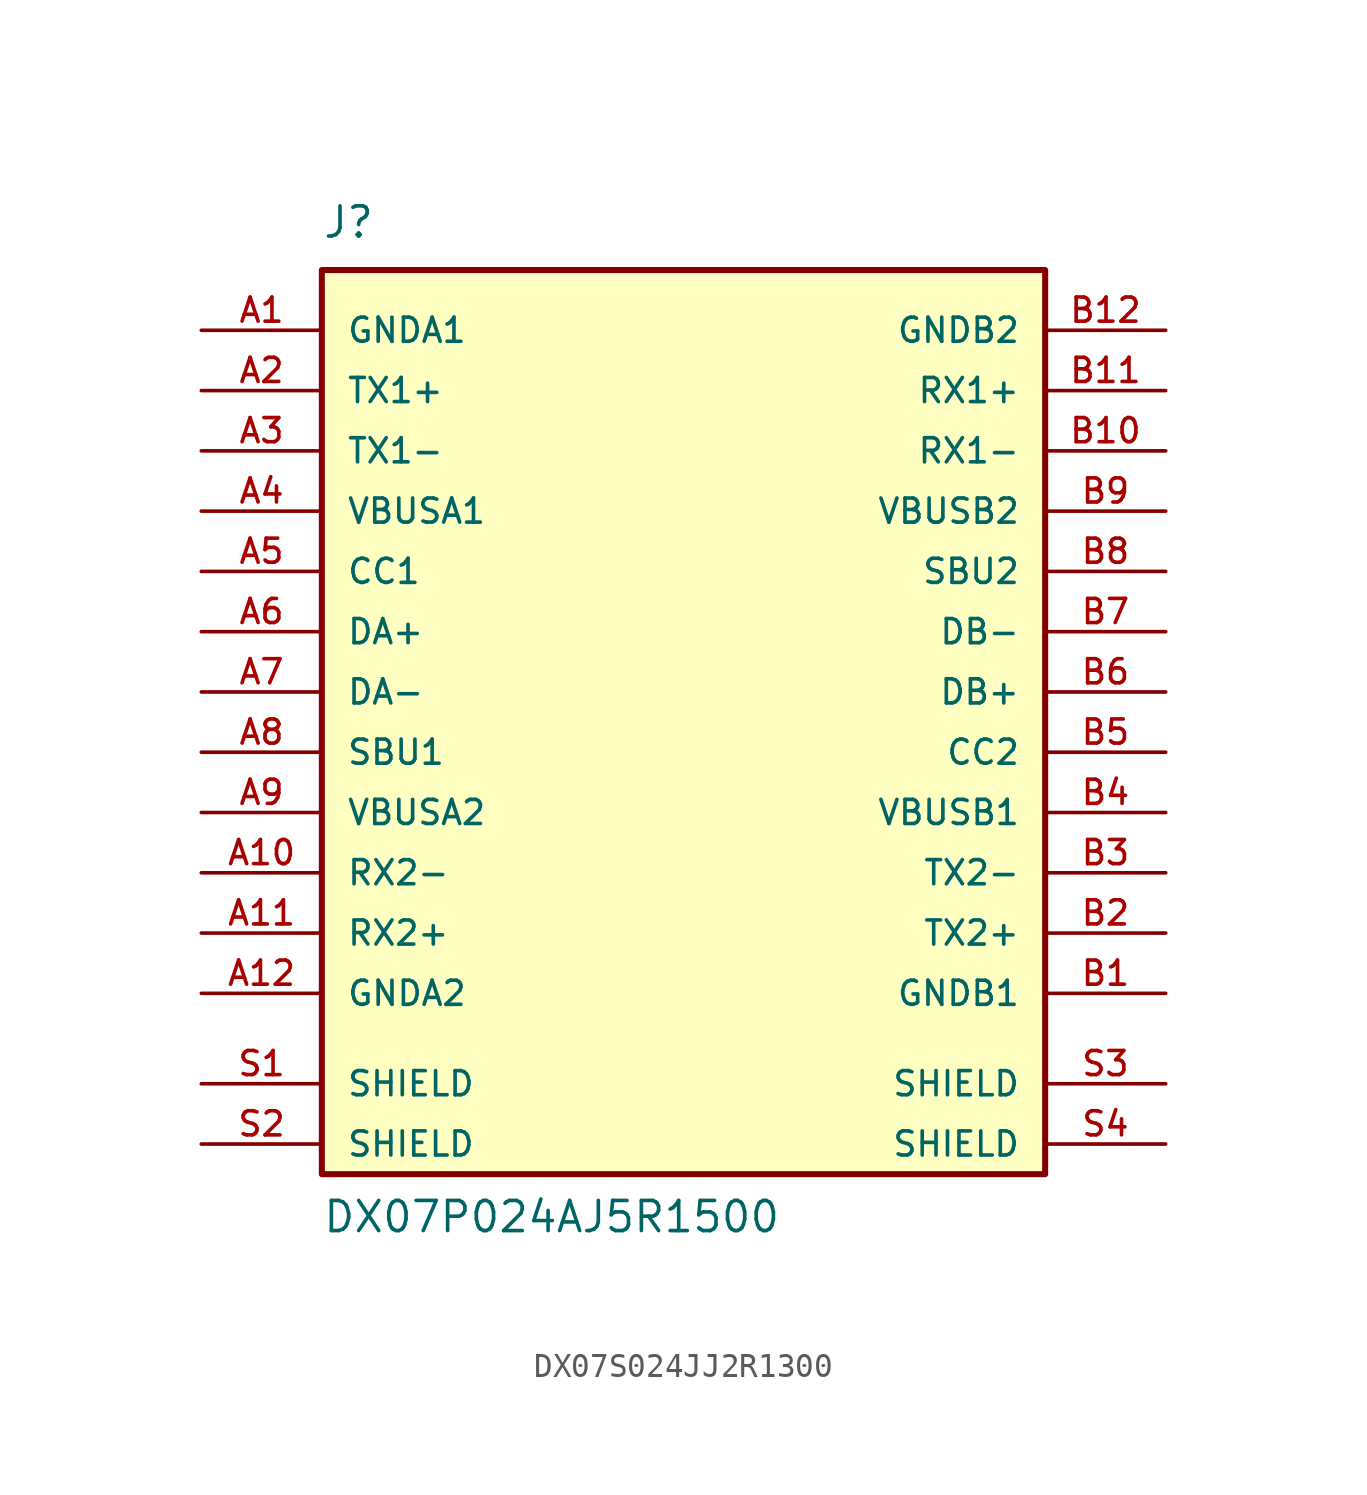
<source format=kicad_sym>
(kicad_symbol_lib
  (version 20241209)
  (generator "kicad_symbol_editor")
  (generator_version "9.0")
  (symbol "DX07S024JJ2R1300"
    (pin_names
      (offset 1.016))
    (property "Reference" "J"
      (at -15.24 19.05 0)
      (effects (font (size 1.27 1.27)) (justify left bottom)))
    (property "Value" "DX07P024AJ5R1500"
      (at -15.24 -22.86 0)
      (effects (font (size 1.27 1.27)) (justify left bottom)))
    (symbol "DX07S024JJ2R1300_0_0"
      (rectangle (start -15.24 17.78) (end 15.24 -20.32) (stroke (width 0.254) (type default)) (fill (type background)))
      (pin power_in line (at -20.32 15.24 0) (length 5.08) (name "GNDA1" (effects (font (size 1.016 1.016)))) (number "A1" (effects (font (size 1.016 1.016)))))
      (pin bidirectional line (at -20.32 12.7 0) (length 5.08) (name "TX1+" (effects (font (size 1.016 1.016)))) (number "A2" (effects (font (size 1.016 1.016)))))
      (pin bidirectional line (at -20.32 10.16 0) (length 5.08) (name "TX1-" (effects (font (size 1.016 1.016)))) (number "A3" (effects (font (size 1.016 1.016)))))
      (pin power_in line (at -20.32 7.62 0) (length 5.08) (name "VBUSA1" (effects (font (size 1.016 1.016)))) (number "A4" (effects (font (size 1.016 1.016)))))
      (pin bidirectional line (at -20.32 5.08 0) (length 5.08) (name "CC1" (effects (font (size 1.016 1.016)))) (number "A5" (effects (font (size 1.016 1.016)))))
      (pin bidirectional line (at -20.32 2.54 0) (length 5.08) (name "DA+" (effects (font (size 1.016 1.016)))) (number "A6" (effects (font (size 1.016 1.016)))))
      (pin bidirectional line (at -20.32 0 0) (length 5.08) (name "DA-" (effects (font (size 1.016 1.016)))) (number "A7" (effects (font (size 1.016 1.016)))))
      (pin bidirectional line (at -20.32 -2.54 0) (length 5.08) (name "SBU1" (effects (font (size 1.016 1.016)))) (number "A8" (effects (font (size 1.016 1.016)))))
      (pin power_in line (at -20.32 -5.08 0) (length 5.08) (name "VBUSA2" (effects (font (size 1.016 1.016)))) (number "A9" (effects (font (size 1.016 1.016)))))
      (pin bidirectional line (at -20.32 -7.62 0) (length 5.08) (name "RX2-" (effects (font (size 1.016 1.016)))) (number "A10" (effects (font (size 1.016 1.016)))))
      (pin bidirectional line (at -20.32 -10.16 0) (length 5.08) (name "RX2+" (effects (font (size 1.016 1.016)))) (number "A11" (effects (font (size 1.016 1.016)))))
      (pin power_in line (at -20.32 -12.7 0) (length 5.08) (name "GNDA2" (effects (font (size 1.016 1.016)))) (number "A12" (effects (font (size 1.016 1.016)))))
      (pin power_in line (at 20.32 15.24 180) (length 5.08) (name "GNDB2" (effects (font (size 1.016 1.016)))) (number "B12" (effects (font (size 1.016 1.016)))))
      (pin bidirectional line (at 20.32 12.7 180) (length 5.08) (name "RX1+" (effects (font (size 1.016 1.016)))) (number "B11" (effects (font (size 1.016 1.016)))))
      (pin bidirectional line (at 20.32 10.16 180) (length 5.08) (name "RX1-" (effects (font (size 1.016 1.016)))) (number "B10" (effects (font (size 1.016 1.016)))))
      (pin power_in line (at 20.32 7.62 180) (length 5.08) (name "VBUSB2" (effects (font (size 1.016 1.016)))) (number "B9" (effects (font (size 1.016 1.016)))))
      (pin bidirectional line (at 20.32 5.08 180) (length 5.08) (name "SBU2" (effects (font (size 1.016 1.016)))) (number "B8" (effects (font (size 1.016 1.016)))))
      (pin bidirectional line (at 20.32 2.54 180) (length 5.08) (name "DB-" (effects (font (size 1.016 1.016)))) (number "B7" (effects (font (size 1.016 1.016)))))
      (pin bidirectional line (at 20.32 0 180) (length 5.08) (name "DB+" (effects (font (size 1.016 1.016)))) (number "B6" (effects (font (size 1.016 1.016)))))
      (pin bidirectional line (at 20.32 -2.54 180) (length 5.08) (name "CC2" (effects (font (size 1.016 1.016)))) (number "B5" (effects (font (size 1.016 1.016)))))
      (pin power_in line (at 20.32 -5.08 180) (length 5.08) (name "VBUSB1" (effects (font (size 1.016 1.016)))) (number "B4" (effects (font (size 1.016 1.016)))))
      (pin bidirectional line (at 20.32 -7.62 180) (length 5.08) (name "TX2-" (effects (font (size 1.016 1.016)))) (number "B3" (effects (font (size 1.016 1.016)))))
      (pin bidirectional line (at 20.32 -10.16 180) (length 5.08) (name "TX2+" (effects (font (size 1.016 1.016)))) (number "B2" (effects (font (size 1.016 1.016)))))
      (pin power_in line (at 20.32 -12.7 180) (length 5.08) (name "GNDB1" (effects (font (size 1.016 1.016)))) (number "B1" (effects (font (size 1.016 1.016)))))
      (pin passive line (at 20.32 -16.51 180) (length 5.08) (name "SHIELD" (effects (font (size 1.016 1.016)))) (number "S3" (effects (font (size 1.016 1.016)))))
      (pin passive line (at 20.32 -19.05 180) (length 5.08) (name "SHIELD" (effects (font (size 1.016 1.016)))) (number "S4" (effects (font (size 1.016 1.016))))))
    (symbol "DX07S024JJ2R1300_1_0"
      (pin passive line (at -20.32 -16.51 0) (length 5.08) (name "SHIELD" (effects (font (size 1.016 1.016)))) (number "S1" (effects (font (size 1.016 1.016)))))
      (pin passive line (at -20.32 -19.05 0) (length 5.08) (name "SHIELD" (effects (font (size 1.016 1.016)))) (number "S2" (effects (font (size 1.016 1.016))))))))
</source>
